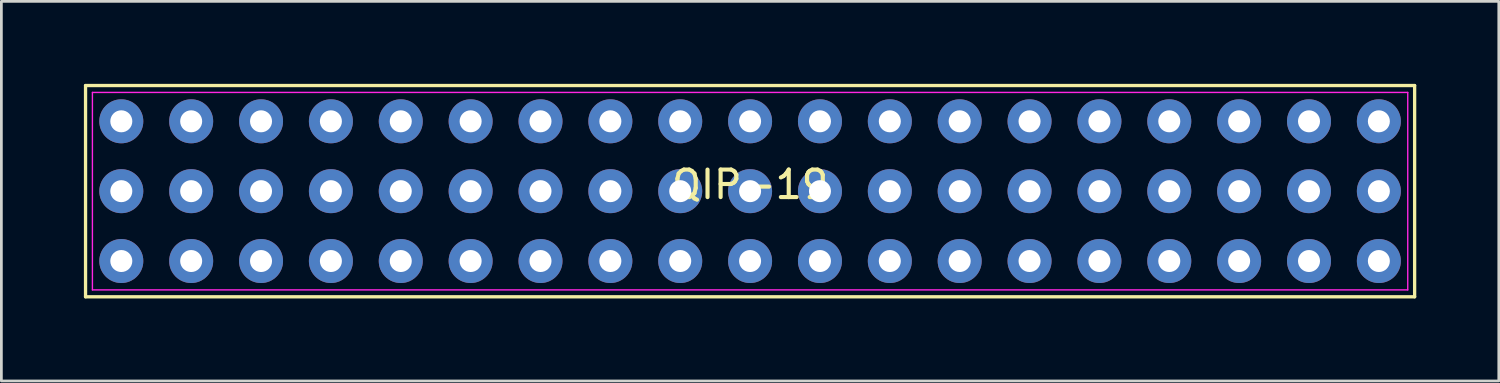
<source format=kicad_pcb>
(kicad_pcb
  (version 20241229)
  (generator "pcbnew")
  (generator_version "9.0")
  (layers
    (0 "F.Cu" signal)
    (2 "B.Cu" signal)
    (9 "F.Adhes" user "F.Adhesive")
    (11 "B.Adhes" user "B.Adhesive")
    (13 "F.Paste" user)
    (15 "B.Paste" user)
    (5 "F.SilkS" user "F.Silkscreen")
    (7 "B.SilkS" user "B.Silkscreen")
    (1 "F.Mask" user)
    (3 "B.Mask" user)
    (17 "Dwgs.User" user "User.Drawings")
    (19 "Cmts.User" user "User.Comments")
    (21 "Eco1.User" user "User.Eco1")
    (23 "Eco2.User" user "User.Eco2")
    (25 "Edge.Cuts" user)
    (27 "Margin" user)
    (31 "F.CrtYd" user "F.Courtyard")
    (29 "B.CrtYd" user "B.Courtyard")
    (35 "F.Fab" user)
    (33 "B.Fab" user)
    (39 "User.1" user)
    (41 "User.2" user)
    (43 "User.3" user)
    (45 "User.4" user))
  (footprint "QIP-19"
    (layer "F.Cu")
    (at 24.22 1.36)
    (property "Reference" "QIP-19" (at 0 2.3 0) (layer "F.SilkS") (effects (font (size 1 1) (thickness 0.15))))
    (fp_line (start -24.16 -1.3) (end 24.16 -1.3) (stroke (width 0.12) (type default)) (layer "F.SilkS"))
    (fp_line (start -24.16 6.38) (end -24.16 -1.3) (stroke (width 0.12) (type default)) (layer "F.SilkS"))
    (fp_line (start 24.16 -1.3) (end 24.16 6.38) (stroke (width 0.12) (type default)) (layer "F.SilkS"))
    (fp_line (start 24.16 6.38) (end -24.16 6.38) (stroke (width 0.12) (type default)) (layer "F.SilkS"))
    (fp_line (start -23.91 -1.05) (end 23.91 -1.05) (stroke (width 0.05) (type default)) (layer "F.CrtYd"))
    (fp_line (start -23.91 6.13) (end -23.91 -1.05) (stroke (width 0.05) (type default)) (layer "F.CrtYd"))
    (fp_line (start 23.91 -1.05) (end 23.91 6.13) (stroke (width 0.05) (type default)) (layer "F.CrtYd"))
    (fp_line (start 23.91 6.13) (end -23.91 6.13) (stroke (width 0.05) (type default)) (layer "F.CrtYd"))
    (pad "1" thru_hole circle (at -22.86 0) (size 1.6 1.6) (drill 0.8) (layers "*.Cu" "*.Mask"))
    (pad "1" thru_hole circle (at -22.86 2.54) (size 1.6 1.6) (drill 0.8) (layers "*.Cu" "*.Mask"))
    (pad "1" thru_hole circle (at -22.86 5.08) (size 1.6 1.6) (drill 0.8) (layers "*.Cu" "*.Mask"))
    (pad "2" thru_hole circle (at -20.32 0) (size 1.6 1.6) (drill 0.8) (layers "*.Cu" "*.Mask"))
    (pad "2" thru_hole circle (at -20.32 2.54) (size 1.6 1.6) (drill 0.8) (layers "*.Cu" "*.Mask"))
    (pad "2" thru_hole circle (at -20.32 5.08) (size 1.6 1.6) (drill 0.8) (layers "*.Cu" "*.Mask"))
    (pad "3" thru_hole circle (at -17.78 0) (size 1.6 1.6) (drill 0.8) (layers "*.Cu" "*.Mask"))
    (pad "3" thru_hole circle (at -17.78 2.54) (size 1.6 1.6) (drill 0.8) (layers "*.Cu" "*.Mask"))
    (pad "3" thru_hole circle (at -17.78 5.08) (size 1.6 1.6) (drill 0.8) (layers "*.Cu" "*.Mask"))
    (pad "4" thru_hole circle (at -15.24 0) (size 1.6 1.6) (drill 0.8) (layers "*.Cu" "*.Mask"))
    (pad "4" thru_hole circle (at -15.24 2.54) (size 1.6 1.6) (drill 0.8) (layers "*.Cu" "*.Mask"))
    (pad "4" thru_hole circle (at -15.24 5.08) (size 1.6 1.6) (drill 0.8) (layers "*.Cu" "*.Mask"))
    (pad "5" thru_hole circle (at -12.7 0) (size 1.6 1.6) (drill 0.8) (layers "*.Cu" "*.Mask"))
    (pad "5" thru_hole circle (at -12.7 2.54) (size 1.6 1.6) (drill 0.8) (layers "*.Cu" "*.Mask"))
    (pad "5" thru_hole circle (at -12.7 5.08) (size 1.6 1.6) (drill 0.8) (layers "*.Cu" "*.Mask"))
    (pad "6" thru_hole circle (at -10.16 0) (size 1.6 1.6) (drill 0.8) (layers "*.Cu" "*.Mask"))
    (pad "6" thru_hole circle (at -10.16 2.54) (size 1.6 1.6) (drill 0.8) (layers "*.Cu" "*.Mask"))
    (pad "6" thru_hole circle (at -10.16 5.08) (size 1.6 1.6) (drill 0.8) (layers "*.Cu" "*.Mask"))
    (pad "7" thru_hole circle (at -7.62 0) (size 1.6 1.6) (drill 0.8) (layers "*.Cu" "*.Mask"))
    (pad "7" thru_hole circle (at -7.62 2.54) (size 1.6 1.6) (drill 0.8) (layers "*.Cu" "*.Mask"))
    (pad "7" thru_hole circle (at -7.62 5.08) (size 1.6 1.6) (drill 0.8) (layers "*.Cu" "*.Mask"))
    (pad "8" thru_hole circle (at -5.08 0) (size 1.6 1.6) (drill 0.8) (layers "*.Cu" "*.Mask"))
    (pad "8" thru_hole circle (at -5.08 2.54) (size 1.6 1.6) (drill 0.8) (layers "*.Cu" "*.Mask"))
    (pad "8" thru_hole circle (at -5.08 5.08) (size 1.6 1.6) (drill 0.8) (layers "*.Cu" "*.Mask"))
    (pad "9" thru_hole circle (at -2.54 0) (size 1.6 1.6) (drill 0.8) (layers "*.Cu" "*.Mask"))
    (pad "9" thru_hole circle (at -2.54 2.54) (size 1.6 1.6) (drill 0.8) (layers "*.Cu" "*.Mask"))
    (pad "9" thru_hole circle (at -2.54 5.08) (size 1.6 1.6) (drill 0.8) (layers "*.Cu" "*.Mask"))
    (pad "10" thru_hole circle (at 0 0) (size 1.6 1.6) (drill 0.8) (layers "*.Cu" "*.Mask"))
    (pad "10" thru_hole circle (at 0 2.54) (size 1.6 1.6) (drill 0.8) (layers "*.Cu" "*.Mask"))
    (pad "10" thru_hole circle (at 0 5.08) (size 1.6 1.6) (drill 0.8) (layers "*.Cu" "*.Mask"))
    (pad "11" thru_hole circle (at 2.54 0) (size 1.6 1.6) (drill 0.8) (layers "*.Cu" "*.Mask"))
    (pad "11" thru_hole circle (at 2.54 2.54) (size 1.6 1.6) (drill 0.8) (layers "*.Cu" "*.Mask"))
    (pad "11" thru_hole circle (at 2.54 5.08) (size 1.6 1.6) (drill 0.8) (layers "*.Cu" "*.Mask"))
    (pad "12" thru_hole circle (at 5.08 0) (size 1.6 1.6) (drill 0.8) (layers "*.Cu" "*.Mask"))
    (pad "12" thru_hole circle (at 5.08 2.54) (size 1.6 1.6) (drill 0.8) (layers "*.Cu" "*.Mask"))
    (pad "12" thru_hole circle (at 5.08 5.08) (size 1.6 1.6) (drill 0.8) (layers "*.Cu" "*.Mask"))
    (pad "13" thru_hole circle (at 7.62 0) (size 1.6 1.6) (drill 0.8) (layers "*.Cu" "*.Mask"))
    (pad "13" thru_hole circle (at 7.62 2.54) (size 1.6 1.6) (drill 0.8) (layers "*.Cu" "*.Mask"))
    (pad "13" thru_hole circle (at 7.62 5.08) (size 1.6 1.6) (drill 0.8) (layers "*.Cu" "*.Mask"))
    (pad "14" thru_hole circle (at 10.16 0) (size 1.6 1.6) (drill 0.8) (layers "*.Cu" "*.Mask"))
    (pad "14" thru_hole circle (at 10.16 2.54) (size 1.6 1.6) (drill 0.8) (layers "*.Cu" "*.Mask"))
    (pad "14" thru_hole circle (at 10.16 5.08) (size 1.6 1.6) (drill 0.8) (layers "*.Cu" "*.Mask"))
    (pad "15" thru_hole circle (at 12.7 0) (size 1.6 1.6) (drill 0.8) (layers "*.Cu" "*.Mask"))
    (pad "15" thru_hole circle (at 12.7 2.54) (size 1.6 1.6) (drill 0.8) (layers "*.Cu" "*.Mask"))
    (pad "15" thru_hole circle (at 12.7 5.08) (size 1.6 1.6) (drill 0.8) (layers "*.Cu" "*.Mask"))
    (pad "16" thru_hole circle (at 15.24 0) (size 1.6 1.6) (drill 0.8) (layers "*.Cu" "*.Mask"))
    (pad "16" thru_hole circle (at 15.24 2.54) (size 1.6 1.6) (drill 0.8) (layers "*.Cu" "*.Mask"))
    (pad "16" thru_hole circle (at 15.24 5.08) (size 1.6 1.6) (drill 0.8) (layers "*.Cu" "*.Mask"))
    (pad "17" thru_hole circle (at 17.78 0) (size 1.6 1.6) (drill 0.8) (layers "*.Cu" "*.Mask"))
    (pad "17" thru_hole circle (at 17.78 2.54) (size 1.6 1.6) (drill 0.8) (layers "*.Cu" "*.Mask"))
    (pad "17" thru_hole circle (at 17.78 5.08) (size 1.6 1.6) (drill 0.8) (layers "*.Cu" "*.Mask"))
    (pad "18" thru_hole circle (at 20.32 0) (size 1.6 1.6) (drill 0.8) (layers "*.Cu" "*.Mask"))
    (pad "18" thru_hole circle (at 20.32 2.54) (size 1.6 1.6) (drill 0.8) (layers "*.Cu" "*.Mask"))
    (pad "18" thru_hole circle (at 20.32 5.08) (size 1.6 1.6) (drill 0.8) (layers "*.Cu" "*.Mask"))
    (pad "19" thru_hole circle (at 22.86 0) (size 1.6 1.6) (drill 0.8) (layers "*.Cu" "*.Mask"))
    (pad "19" thru_hole circle (at 22.86 2.54) (size 1.6 1.6) (drill 0.8) (layers "*.Cu" "*.Mask"))
    (pad "19" thru_hole circle (at 22.86 5.08) (size 1.6 1.6) (drill 0.8) (layers "*.Cu" "*.Mask")))
  (gr_rect
    (start -3 -3)
    (end 51.44 10.8)
    (stroke (width 0.1) (type default))
    (fill no)
    (layer "Edge.Cuts")))
</source>
